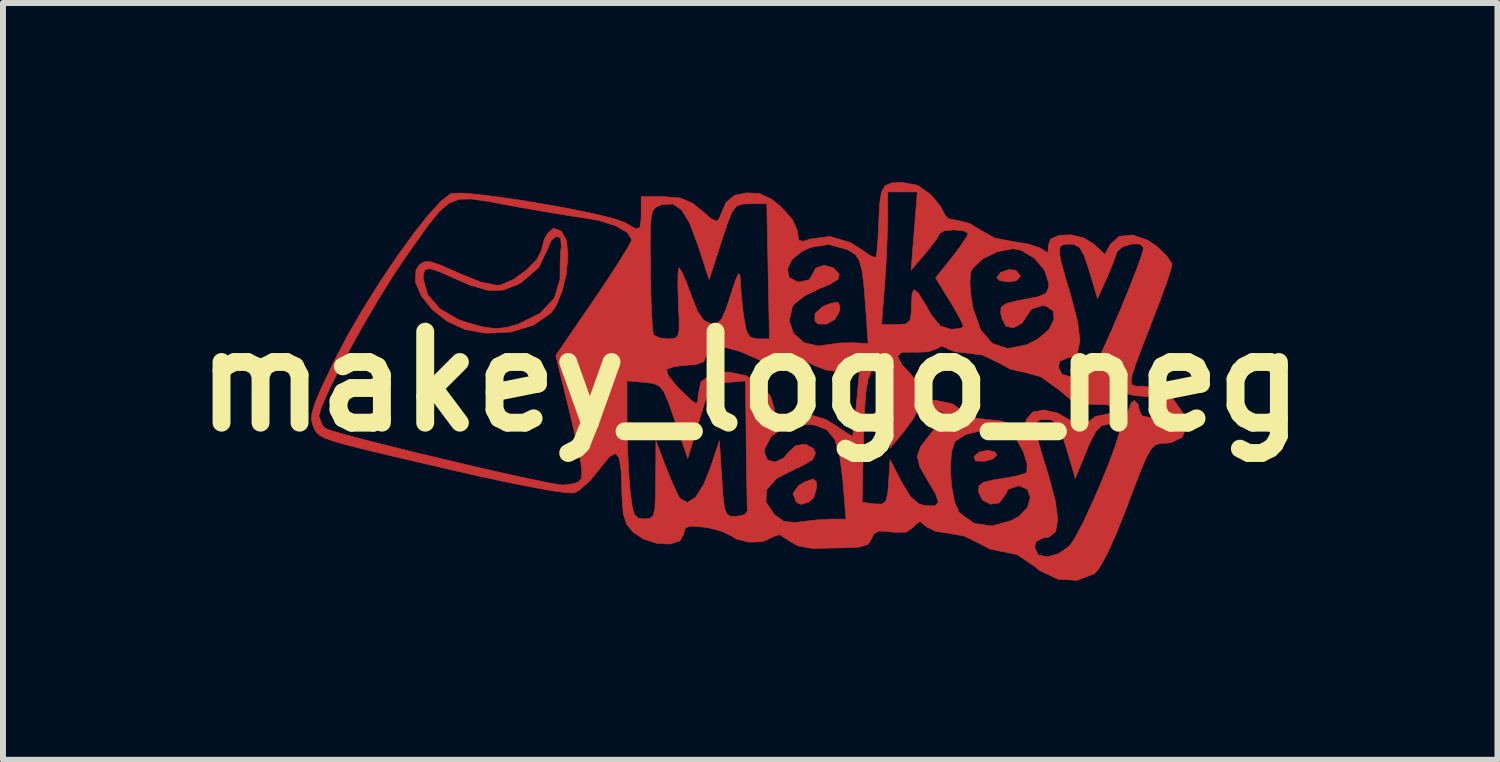
<source format=kicad_pcb>
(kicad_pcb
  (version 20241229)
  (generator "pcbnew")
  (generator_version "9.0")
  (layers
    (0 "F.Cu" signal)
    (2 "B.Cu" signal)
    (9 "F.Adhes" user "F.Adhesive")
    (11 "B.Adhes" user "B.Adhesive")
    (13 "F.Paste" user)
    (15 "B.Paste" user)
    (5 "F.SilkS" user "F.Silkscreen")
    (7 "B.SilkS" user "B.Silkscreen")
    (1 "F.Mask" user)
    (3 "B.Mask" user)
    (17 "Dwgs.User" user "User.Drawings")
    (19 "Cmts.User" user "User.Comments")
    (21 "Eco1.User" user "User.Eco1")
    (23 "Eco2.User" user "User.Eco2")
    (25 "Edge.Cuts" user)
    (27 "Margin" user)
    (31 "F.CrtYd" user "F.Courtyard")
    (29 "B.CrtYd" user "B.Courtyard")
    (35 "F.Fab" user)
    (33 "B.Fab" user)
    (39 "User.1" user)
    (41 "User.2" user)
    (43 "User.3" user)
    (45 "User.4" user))
  (footprint "makey_logo_neg"
    (layer "F.Cu")
    (at 9.514 3.339)
    (property "Reference" "makey_logo_neg" (at 0 0 0) (layer "F.SilkS") (effects (font (size 1.524 1.524) (thickness 0.3))))
    (attr through_hole)
    (fp_poly (pts (xy 4.096 1.178) (xy 4.13 1.23) (xy 4.064 1.297) (xy 3.923 1.336) (xy 3.77 1.33) (xy 3.748 1.256) (xy 3.834 1.18) (xy 3.975 1.152) (xy 4.096 1.178)) (stroke (width 0.01) (type solid)) (fill yes) (layer "F.Cu"))
    (fp_poly (pts (xy 4.452 -1.861) (xy 4.526 -1.767) (xy 4.463 -1.691) (xy 4.326 -1.667) (xy 4.177 -1.691) (xy 4.128 -1.738) (xy 4.193 -1.825) (xy 4.331 -1.876) (xy 4.452 -1.861)) (stroke (width 0.01) (type solid)) (fill yes) (layer "F.Cu"))
    (fp_poly (pts (xy 1.502 -1.251) (xy 1.495 -1.178) (xy 1.419 -1.041) (xy 1.279 -0.961) (xy 1.139 -0.963) (xy 1.084 -1.011) (xy 1.084 -1.138) (xy 1.214 -1.255) (xy 1.336 -1.306) (xy 1.47 -1.329) (xy 1.502 -1.251)) (stroke (width 0.01) (type solid)) (fill yes) (layer "F.Cu"))
    (fp_poly (pts (xy 1.106 1.68) (xy 1.111 1.779) (xy 1.064 1.944) (xy 0.986 2.016) (xy 0.861 2.058) (xy 0.801 2.042) (xy 0.767 2.011) (xy 0.716 1.875) (xy 0.81 1.742) (xy 0.913 1.681) (xy 1.055 1.631) (xy 1.106 1.68)) (stroke (width 0.01) (type solid)) (fill yes) (layer "F.Cu"))
    (fp_poly (pts (xy -3.175 -2.523) (xy -3.157 -2.509) (xy -3.077 -2.362) (xy -3.053 -2.116) (xy -3.078 -1.82) (xy -3.147 -1.52) (xy -3.252 -1.266) (xy -3.333 -1.151) (xy -3.626 -0.945) (xy -4.009 -0.828) (xy -4.434 -0.809) (xy -4.779 -0.872) (xy -5.073 -1.007) (xy -5.323 -1.203) (xy -5.508 -1.432) (xy -5.606 -1.664) (xy -5.604 -1.717) (xy -5.477 -1.717) (xy -5.402 -1.455) (xy -5.198 -1.219) (xy -4.891 -1.039) (xy -4.777 -0.999) (xy -4.48 -0.915) (xy -4.267 -0.885) (xy -4.077 -0.906) (xy -3.881 -0.963) (xy -3.515 -1.146) (xy -3.28 -1.398) (xy -3.186 -1.711) (xy -3.185 -1.781) (xy -3.183 -2.027) (xy -3.169 -2.225) (xy -3.164 -2.254) (xy -3.174 -2.399) (xy -3.247 -2.433) (xy -3.337 -2.359) (xy -3.381 -2.248) (xy -3.538 -1.914) (xy -3.833 -1.659) (xy -3.905 -1.619) (xy -4.146 -1.53) (xy -4.392 -1.526) (xy -4.69 -1.613) (xy -4.909 -1.707) (xy -5.192 -1.834) (xy -5.361 -1.889) (xy -5.446 -1.873) (xy -5.475 -1.788) (xy -5.477 -1.717) (xy -5.604 -1.717) (xy -5.598 -1.867) (xy -5.54 -1.955) (xy -5.462 -2.006) (xy -5.354 -2.006) (xy -5.177 -1.946) (xy -4.896 -1.821) (xy -4.894 -1.82) (xy -4.512 -1.665) (xy -4.246 -1.611) (xy -4.172 -1.619) (xy -3.964 -1.711) (xy -3.75 -1.865) (xy -3.578 -2.039) (xy -3.495 -2.193) (xy -3.493 -2.214) (xy -3.446 -2.391) (xy -3.393 -2.481) (xy -3.293 -2.568) (xy -3.175 -2.523)) (stroke (width 0.01) (type solid)) (fill yes) (layer "F.Cu"))
    (fp_poly (pts (xy 2.803 -3.287) (xy 3.028 -3.125) (xy 3.041 -3.111) (xy 3.179 -2.944) (xy 3.251 -2.813) (xy 3.254 -2.794) (xy 3.323 -2.724) (xy 3.468 -2.699) (xy 3.683 -2.645) (xy 3.854 -2.536) (xy 4.089 -2.405) (xy 4.4 -2.343) (xy 4.65 -2.304) (xy 4.845 -2.241) (xy 4.894 -2.212) (xy 4.984 -2.157) (xy 4.993 -2.235) (xy 4.988 -2.266) (xy 5.03 -2.386) (xy 5.175 -2.449) (xy 5.377 -2.456) (xy 5.589 -2.404) (xy 5.757 -2.3) (xy 5.94 -2.128) (xy 6.029 -2.294) (xy 6.18 -2.431) (xy 6.404 -2.454) (xy 6.66 -2.365) (xy 6.82 -2.255) (xy 6.975 -2.103) (xy 7.059 -1.98) (xy 7.064 -1.957) (xy 7.037 -1.85) (xy 6.963 -1.628) (xy 6.853 -1.328) (xy 6.74 -1.032) (xy 6.573 -0.603) (xy 6.459 -0.302) (xy 6.395 -0.104) (xy 6.378 0.01) (xy 6.405 0.064) (xy 6.474 0.08) (xy 6.582 0.079) (xy 6.604 0.079) (xy 6.873 0.136) (xy 7.089 0.302) (xy 7.259 0.544) (xy 7.305 0.765) (xy 7.234 0.935) (xy 7.049 1.025) (xy 6.957 1.033) (xy 6.856 1.038) (xy 6.776 1.068) (xy 6.704 1.145) (xy 6.624 1.293) (xy 6.523 1.534) (xy 6.386 1.892) (xy 6.321 2.067) (xy 6.136 2.534) (xy 5.974 2.894) (xy 5.842 3.13) (xy 5.767 3.217) (xy 5.477 3.33) (xy 5.155 3.311) (xy 4.848 3.167) (xy 4.763 3.096) (xy 4.469 2.899) (xy 4.258 2.856) (xy 4.01 2.804) (xy 3.961 2.778) (xy 4.763 2.778) (xy 4.821 2.902) (xy 4.967 2.937) (xy 5.161 2.884) (xy 5.344 2.758) (xy 5.433 2.63) (xy 5.56 2.391) (xy 5.707 2.079) (xy 5.859 1.732) (xy 5.999 1.389) (xy 6.111 1.087) (xy 6.179 0.866) (xy 6.191 0.787) (xy 6.124 0.731) (xy 6.002 0.714) (xy 5.883 0.741) (xy 5.785 0.841) (xy 5.679 1.048) (xy 5.629 1.168) (xy 5.444 1.622) (xy 5.299 1.129) (xy 5.212 0.858) (xy 5.137 0.709) (xy 5.051 0.646) (xy 4.958 0.635) (xy 4.853 0.643) (xy 4.793 0.682) (xy 4.78 0.779) (xy 4.813 0.958) (xy 4.893 1.243) (xy 4.988 1.551) (xy 5.109 1.996) (xy 5.151 2.313) (xy 5.114 2.514) (xy 4.996 2.609) (xy 4.909 2.619) (xy 4.786 2.681) (xy 4.763 2.778) (xy 3.961 2.778) (xy 3.81 2.699) (xy 3.58 2.586) (xy 3.324 2.542) (xy 3.104 2.509) (xy 2.948 2.432) (xy 2.936 2.42) (xy 2.846 2.343) (xy 2.765 2.399) (xy 2.74 2.432) (xy 2.617 2.522) (xy 2.411 2.526) (xy 2.361 2.519) (xy 2.165 2.503) (xy 2.07 2.551) (xy 2.039 2.625) (xy 1.975 2.726) (xy 1.826 2.773) (xy 1.655 2.783) (xy 1.367 2.789) (xy 1.098 2.796) (xy 1.054 2.798) (xy 0.801 2.754) (xy 0.635 2.659) (xy 0.494 2.565) (xy 0.392 2.594) (xy 0.379 2.605) (xy 0.21 2.682) (xy -0.023 2.691) (xy -0.24 2.635) (xy -0.311 2.59) (xy -0.467 2.512) (xy -0.701 2.45) (xy -0.774 2.439) (xy -0.987 2.421) (xy -1.085 2.449) (xy -1.111 2.534) (xy -1.111 2.548) (xy -1.176 2.668) (xy -1.34 2.722) (xy -1.558 2.712) (xy -1.787 2.639) (xy -1.965 2.521) (xy -2.07 2.39) (xy -2.126 2.217) (xy -2.147 1.95) (xy -2.149 1.871) (xy -2.161 1.502) (xy -2.194 1.283) (xy -2.256 1.204) (xy -2.354 1.256) (xy -2.496 1.431) (xy -2.519 1.463) (xy -2.694 1.673) (xy -2.868 1.824) (xy -2.955 1.867) (xy -3.083 1.863) (xy -3.341 1.826) (xy -3.703 1.76) (xy -4.145 1.671) (xy -4.642 1.563) (xy -4.883 1.508) (xy -5.545 1.354) (xy -6.068 1.232) (xy -6.471 1.135) (xy -6.771 1.059) (xy -6.982 0.998) (xy -7.124 0.947) (xy -7.212 0.901) (xy -7.263 0.855) (xy -7.295 0.803) (xy -7.318 0.751) (xy -7.348 0.652) (xy -7.343 0.579) (xy -7.223 0.579) (xy -7.167 0.727) (xy -7.116 0.784) (xy -7.016 0.823) (xy -6.787 0.889) (xy -6.455 0.977) (xy -6.046 1.081) (xy -5.585 1.195) (xy -5.1 1.311) (xy -4.615 1.425) (xy -4.157 1.53) (xy -3.752 1.619) (xy -3.425 1.687) (xy -3.203 1.727) (xy -3.135 1.735) (xy -2.947 1.709) (xy -2.868 1.675) (xy -2.828 1.622) (xy -2.819 1.513) (xy -2.842 1.326) (xy -2.901 1.036) (xy -2.999 0.618) (xy -3.008 0.585) (xy -3.152 -0.01) (xy -2.064 -0.01) (xy -2.064 0.658) (xy -2.057 1.05) (xy -2.04 1.455) (xy -2.015 1.791) (xy -2.013 1.814) (xy -1.979 2.083) (xy -1.938 2.23) (xy -1.871 2.291) (xy -1.775 2.302) (xy -1.683 2.294) (xy -1.627 2.249) (xy -1.598 2.134) (xy -1.586 1.919) (xy -1.583 1.647) (xy -1.579 0.992) (xy -1.414 1.429) (xy -1.311 1.683) (xy -1.219 1.883) (xy -1.172 1.963) (xy -1.052 2.024) (xy -0.917 1.941) (xy -0.778 1.722) (xy -0.671 1.455) (xy -0.516 0.992) (xy -0.476 1.627) (xy -0.454 1.942) (xy -0.428 2.131) (xy -0.385 2.226) (xy -0.315 2.259) (xy -0.238 2.262) (xy -0.091 2.228) (xy -0.048 2.163) (xy -0.051 2.05) (xy -0.056 1.811) (xy -0.062 1.48) (xy -0.065 1.191) (xy 0.238 1.191) (xy 0.292 1.317) (xy 0.417 1.348) (xy 0.56 1.283) (xy 0.638 1.186) (xy 0.764 1.072) (xy 0.925 1.05) (xy 1.057 1.12) (xy 1.094 1.198) (xy 1.045 1.31) (xy 0.85 1.425) (xy 0.757 1.463) (xy 0.44 1.626) (xy 0.275 1.812) (xy 0.263 2.017) (xy 0.405 2.23) (xy 0.564 2.343) (xy 0.761 2.362) (xy 0.861 2.348) (xy 1.127 2.316) (xy 1.37 2.303) (xy 1.378 2.303) (xy 1.604 2.306) (xy 1.581 2.024) (xy 1.874 2.024) (xy 2.083 2.049) (xy 2.21 2.052) (xy 2.276 1.996) (xy 2.306 1.844) (xy 2.317 1.692) (xy 2.342 1.31) (xy 2.534 1.683) (xy 2.684 1.928) (xy 2.828 2.051) (xy 2.931 2.08) (xy 3.093 2.082) (xy 3.15 2.023) (xy 3.103 1.881) (xy 2.981 1.674) (xy 2.847 1.442) (xy 3.352 1.442) (xy 3.37 1.738) (xy 3.42 2.008) (xy 3.498 2.19) (xy 3.502 2.195) (xy 3.746 2.375) (xy 4.046 2.42) (xy 4.376 2.328) (xy 4.505 2.255) (xy 4.645 2.107) (xy 4.69 1.94) (xy 4.64 1.804) (xy 4.496 1.746) (xy 4.494 1.746) (xy 4.319 1.806) (xy 4.262 1.911) (xy 4.169 2.034) (xy 4.023 2.055) (xy 3.887 1.983) (xy 3.825 1.854) (xy 3.83 1.75) (xy 3.907 1.687) (xy 4.091 1.644) (xy 4.202 1.628) (xy 4.436 1.587) (xy 4.594 1.543) (xy 4.632 1.521) (xy 4.637 1.376) (xy 4.573 1.174) (xy 4.467 0.981) (xy 4.352 0.866) (xy 4.135 0.812) (xy 3.864 0.823) (xy 3.608 0.888) (xy 3.435 0.999) (xy 3.429 1.007) (xy 3.371 1.178) (xy 3.352 1.442) (xy 2.847 1.442) (xy 2.84 1.429) (xy 2.797 1.254) (xy 2.853 1.091) (xy 3.013 0.884) (xy 3.019 0.876) (xy 3.161 0.698) (xy 3.244 0.568) (xy 3.254 0.539) (xy 3.188 0.495) (xy 3.039 0.478) (xy 2.879 0.486) (xy 2.782 0.522) (xy 2.776 0.536) (xy 2.728 0.629) (xy 2.611 0.79) (xy 2.558 0.856) (xy 2.342 1.116) (xy 2.37 0.439) (xy 2.382 0.112) (xy 2.379 -0.088) (xy 2.354 -0.192) (xy 2.299 -0.232) (xy 2.206 -0.238) (xy 2.2 -0.238) (xy 2.099 -0.223) (xy 2.025 -0.162) (xy 1.972 -0.034) (xy 1.936 0.181) (xy 1.913 0.506) (xy 1.897 0.96) (xy 1.893 1.151) (xy 1.874 2.024) (xy 1.581 2.024) (xy 1.55 1.649) (xy 1.499 1.242) (xy 1.415 0.968) (xy 1.28 0.805) (xy 1.076 0.729) (xy 0.864 0.714) (xy 0.573 0.769) (xy 0.354 0.915) (xy 0.244 1.123) (xy 0.238 1.191) (xy -0.065 1.191) (xy -0.067 1.09) (xy -0.067 1.027) (xy -0.079 -0.01) (xy -0.375 0.015) (xy -0.521 0.032) (xy -0.619 0.075) (xy -0.693 0.176) (xy -0.766 0.366) (xy -0.858 0.664) (xy -1.046 1.288) (xy -1.259 0.664) (xy -1.366 0.358) (xy -1.446 0.172) (xy -1.525 0.074) (xy -1.627 0.031) (xy -1.768 0.015) (xy -2.064 -0.01) (xy -3.152 -0.01) (xy -3.196 -0.19) (xy -1.405 -0.19) (xy -1.368 -0.094) (xy -1.244 0.062) (xy -1.152 0.158) (xy -0.986 0.315) (xy -0.904 0.37) (xy -0.876 0.329) (xy -0.873 0.23) (xy -0.825 0.008) (xy -0.669 -0.117) (xy -0.389 -0.159) (xy -0.365 -0.159) (xy -0.083 -0.102) (xy 0.167 0.044) (xy 0.341 0.246) (xy 0.397 0.44) (xy 0.412 0.542) (xy 0.484 0.586) (xy 0.654 0.587) (xy 0.774 0.577) (xy 1.054 0.572) (xy 1.27 0.637) (xy 1.429 0.735) (xy 1.6 0.851) (xy 1.703 0.915) (xy 1.716 0.92) (xy 1.727 0.844) (xy 1.749 0.651) (xy 1.777 0.383) (xy 1.777 0.377) (xy 1.83 -0.159) (xy 1.528 -0.159) (xy 1.281 -0.19) (xy 1.076 -0.265) (xy 1.058 -0.277) (xy 0.89 -0.351) (xy 0.693 -0.325) (xy 0.646 -0.31) (xy 0.454 -0.268) (xy 0.27 -0.305) (xy 0.102 -0.385) (xy 0.025 -0.418) (xy 2.468 -0.418) (xy 2.545 -0.277) (xy 2.659 -0.159) (xy 2.796 0.01) (xy 2.857 0.165) (xy 2.857 0.173) (xy 2.897 0.276) (xy 3.04 0.315) (xy 3.123 0.318) (xy 3.392 0.376) (xy 3.532 0.476) (xy 3.753 0.608) (xy 3.961 0.636) (xy 4.187 0.658) (xy 4.355 0.708) (xy 4.366 0.714) (xy 4.514 0.785) (xy 4.593 0.733) (xy 4.627 0.635) (xy 4.729 0.512) (xy 4.918 0.477) (xy 5.15 0.529) (xy 5.356 0.648) (xy 5.507 0.756) (xy 5.589 0.765) (xy 5.649 0.688) (xy 5.779 0.586) (xy 5.924 0.556) (xy 6.071 0.524) (xy 6.09 0.456) (xy 5.988 0.391) (xy 5.763 0.381) (xy 5.755 0.382) (xy 5.542 0.377) (xy 5.365 0.302) (xy 5.23 0.189) (xy 6.198 0.189) (xy 6.217 0.271) (xy 6.27 0.466) (xy 6.281 0.542) (xy 6.3 0.587) (xy 6.327 0.496) (xy 6.381 0.357) (xy 6.435 0.318) (xy 6.497 0.383) (xy 6.509 0.463) (xy 6.563 0.575) (xy 6.686 0.601) (xy 6.815 0.55) (xy 6.889 0.426) (xy 6.89 0.424) (xy 6.879 0.315) (xy 6.778 0.266) (xy 6.628 0.253) (xy 6.412 0.232) (xy 6.263 0.193) (xy 6.253 0.188) (xy 6.198 0.189) (xy 5.23 0.189) (xy 5.168 0.137) (xy 4.867 -0.079) (xy 4.614 -0.148) (xy 4.36 -0.207) (xy 4.3 -0.238) (xy 5.159 -0.238) (xy 5.222 -0.121) (xy 5.372 -0.076) (xy 5.559 -0.105) (xy 5.728 -0.209) (xy 5.741 -0.223) (xy 5.809 -0.338) (xy 5.918 -0.563) (xy 6.053 -0.862) (xy 6.198 -1.201) (xy 6.339 -1.543) (xy 6.461 -1.853) (xy 6.549 -2.095) (xy 6.587 -2.233) (xy 6.588 -2.242) (xy 6.528 -2.302) (xy 6.391 -2.304) (xy 6.241 -2.259) (xy 6.146 -2.179) (xy 6.14 -2.163) (xy 6.085 -2.005) (xy 5.993 -1.781) (xy 5.96 -1.707) (xy 5.816 -1.389) (xy 5.681 -1.845) (xy 5.595 -2.104) (xy 5.518 -2.242) (xy 5.423 -2.296) (xy 5.352 -2.302) (xy 5.247 -2.295) (xy 5.188 -2.258) (xy 5.175 -2.164) (xy 5.209 -1.988) (xy 5.289 -1.703) (xy 5.365 -1.453) (xy 5.483 -1.002) (xy 5.522 -0.68) (xy 5.481 -0.482) (xy 5.359 -0.4) (xy 5.317 -0.397) (xy 5.185 -0.34) (xy 5.159 -0.238) (xy 4.3 -0.238) (xy 4.147 -0.32) (xy 3.893 -0.441) (xy 3.645 -0.476) (xy 3.437 -0.496) (xy 3.304 -0.546) (xy 3.292 -0.559) (xy 3.203 -0.595) (xy 3.129 -0.551) (xy 2.979 -0.497) (xy 2.762 -0.489) (xy 2.74 -0.491) (xy 2.532 -0.489) (xy 2.468 -0.418) (xy 0.025 -0.418) (xy -0.156 -0.497) (xy -0.409 -0.569) (xy -0.453 -0.576) (xy -0.635 -0.579) (xy -0.714 -0.511) (xy -0.731 -0.442) (xy -0.778 -0.332) (xy -0.906 -0.283) (xy -1.067 -0.273) (xy -1.271 -0.251) (xy -1.394 -0.206) (xy -1.405 -0.19) (xy -3.196 -0.19) (xy -3.256 -0.437) (xy -2.62 -1.365) (xy -2.392 -1.704) (xy -2.2 -2) (xy -2.06 -2.226) (xy -2.033 -2.276) (xy -1.676 -2.276) (xy -1.672 -1.866) (xy -1.664 -1.477) (xy -1.652 -1.145) (xy -1.637 -0.904) (xy -1.621 -0.784) (xy -1.618 -0.779) (xy -1.517 -0.73) (xy -1.376 -0.714) (xy -1.273 -0.72) (xy -1.215 -0.76) (xy -1.191 -0.867) (xy -1.192 -1.075) (xy -1.203 -1.31) (xy -1.212 -1.594) (xy -1.209 -1.804) (xy -1.194 -1.902) (xy -1.191 -1.905) (xy -1.144 -1.836) (xy -1.067 -1.658) (xy -0.991 -1.449) (xy -0.881 -1.174) (xy -0.778 -1.024) (xy -0.66 -0.968) (xy -0.659 -0.967) (xy -0.558 -0.973) (xy -0.48 -1.046) (xy -0.404 -1.218) (xy -0.329 -1.444) (xy -0.247 -1.695) (xy -0.198 -1.805) (xy -0.173 -1.786) (xy -0.166 -1.698) (xy -0.15 -1.461) (xy -0.12 -1.171) (xy -0.108 -1.083) (xy -0.067 -0.856) (xy -0.006 -0.747) (xy 0.1 -0.715) (xy 0.132 -0.714) (xy 0.322 -0.714) (xy 0.299 -1.883) (xy 0.624 -1.883) (xy 0.651 -1.745) (xy 0.783 -1.671) (xy 0.833 -1.667) (xy 0.989 -1.705) (xy 1.032 -1.777) (xy 1.096 -1.899) (xy 1.239 -1.948) (xy 1.392 -1.902) (xy 1.399 -1.897) (xy 1.491 -1.795) (xy 1.47 -1.711) (xy 1.323 -1.622) (xy 1.15 -1.552) (xy 0.918 -1.438) (xy 0.747 -1.308) (xy 0.707 -1.256) (xy 0.652 -1.017) (xy 0.726 -0.804) (xy 0.898 -0.652) (xy 1.138 -0.595) (xy 1.27 -0.613) (xy 1.499 -0.645) (xy 1.722 -0.649) (xy 1.975 -0.636) (xy 1.953 -0.953) (xy 2.199 -0.953) (xy 2.449 -0.953) (xy 2.606 -0.963) (xy 2.678 -1.024) (xy 2.7 -1.18) (xy 2.701 -1.29) (xy 2.711 -1.474) (xy 2.744 -1.539) (xy 2.815 -1.48) (xy 2.935 -1.29) (xy 3.032 -1.117) (xy 3.186 -0.928) (xy 3.37 -0.873) (xy 3.521 -0.89) (xy 3.572 -0.924) (xy 3.533 -1.014) (xy 3.434 -1.194) (xy 3.338 -1.355) (xy 3.15 -1.66) (xy 3.678 -1.66) (xy 3.7 -1.408) (xy 3.731 -1.23) (xy 3.859 -0.863) (xy 4.057 -0.636) (xy 4.316 -0.552) (xy 4.631 -0.616) (xy 4.822 -0.714) (xy 5.003 -0.871) (xy 5.088 -1.04) (xy 5.072 -1.184) (xy 4.951 -1.264) (xy 4.887 -1.27) (xy 4.707 -1.211) (xy 4.646 -1.119) (xy 4.549 -0.975) (xy 4.408 -0.9) (xy 4.284 -0.925) (xy 4.28 -0.93) (xy 4.217 -1.055) (xy 4.194 -1.148) (xy 4.201 -1.244) (xy 4.287 -1.307) (xy 4.486 -1.356) (xy 4.584 -1.373) (xy 4.828 -1.421) (xy 4.953 -1.478) (xy 4.997 -1.568) (xy 5.001 -1.637) (xy 4.932 -1.859) (xy 4.761 -2.063) (xy 4.539 -2.197) (xy 4.405 -2.223) (xy 4.142 -2.175) (xy 3.896 -2.055) (xy 3.725 -1.895) (xy 3.691 -1.826) (xy 3.678 -1.66) (xy 3.15 -1.66) (xy 3.104 -1.735) (xy 3.377 -2.078) (xy 3.528 -2.277) (xy 3.627 -2.428) (xy 3.65 -2.48) (xy 3.582 -2.522) (xy 3.416 -2.54) (xy 3.413 -2.54) (xy 3.245 -2.523) (xy 3.173 -2.481) (xy 3.173 -2.48) (xy 3.124 -2.389) (xy 3.003 -2.228) (xy 2.932 -2.143) (xy 2.694 -1.865) (xy 2.746 -2.52) (xy 2.799 -3.175) (xy 2.55 -3.175) (xy 2.302 -3.175) (xy 2.301 -2.719) (xy 2.294 -2.408) (xy 2.277 -2.02) (xy 2.252 -1.634) (xy 2.25 -1.607) (xy 2.199 -0.953) (xy 1.953 -0.953) (xy 1.935 -1.211) (xy 1.905 -1.6) (xy 1.872 -1.862) (xy 1.826 -2.027) (xy 1.759 -2.127) (xy 1.66 -2.192) (xy 1.625 -2.209) (xy 1.316 -2.295) (xy 1.017 -2.247) (xy 0.869 -2.181) (xy 0.698 -2.043) (xy 0.624 -1.883) (xy 0.299 -1.883) (xy 0.278 -2.977) (xy 0.000115 -2.977) (xy -0.137 -2.971) (xy -0.23 -2.936) (xy -0.304 -2.84) (xy -0.38 -2.653) (xy -0.482 -2.346) (xy -0.483 -2.342) (xy -0.688 -1.707) (xy -0.878 -2.289) (xy -1.015 -2.653) (xy -1.15 -2.876) (xy -1.298 -2.974) (xy -1.476 -2.963) (xy -1.511 -2.951) (xy -1.582 -2.918) (xy -1.63 -2.86) (xy -1.659 -2.752) (xy -1.673 -2.567) (xy -1.676 -2.276) (xy -2.033 -2.276) (xy -1.99 -2.357) (xy -1.984 -2.375) (xy -2.058 -2.495) (xy -2.254 -2.608) (xy -2.539 -2.698) (xy -2.738 -2.733) (xy -2.983 -2.769) (xy -3.331 -2.826) (xy -3.732 -2.895) (xy -4.032 -2.949) (xy -4.397 -3.017) (xy -4.668 -3.057) (xy -4.872 -3.052) (xy -5.04 -2.989) (xy -5.201 -2.853) (xy -5.384 -2.629) (xy -5.618 -2.302) (xy -5.782 -2.068) (xy -5.995 -1.75) (xy -6.228 -1.374) (xy -6.467 -0.967) (xy -6.696 -0.557) (xy -6.901 -0.17) (xy -7.067 0.166) (xy -7.18 0.424) (xy -7.223 0.575) (xy -7.223 0.579) (xy -7.343 0.579) (xy -7.341 0.531) (xy -7.289 0.359) (xy -7.183 0.11) (xy -7.014 -0.246) (xy -6.967 -0.344) (xy -6.747 -0.765) (xy -6.488 -1.211) (xy -6.206 -1.66) (xy -5.918 -2.089) (xy -5.64 -2.474) (xy -5.387 -2.793) (xy -5.176 -3.023) (xy -5.022 -3.142) (xy -5.001 -3.149) (xy -4.846 -3.156) (xy -4.569 -3.134) (xy -4.206 -3.089) (xy -3.79 -3.027) (xy -3.355 -2.954) (xy -2.934 -2.875) (xy -2.562 -2.797) (xy -2.274 -2.724) (xy -2.101 -2.663) (xy -2.086 -2.655) (xy -1.924 -2.561) (xy -1.848 -2.576) (xy -1.827 -2.722) (xy -1.826 -2.818) (xy -1.826 -3.096) (xy -1.446 -3.096) (xy -1.17 -3.073) (xy -0.964 -2.985) (xy -0.808 -2.859) (xy -0.645 -2.72) (xy -0.558 -2.685) (xy -0.513 -2.741) (xy -0.507 -2.76) (xy -0.407 -2.997) (xy -0.265 -3.117) (xy -0.059 -3.159) (xy 0.16 -3.148) (xy 0.358 -3.053) (xy 0.508 -2.933) (xy 0.708 -2.712) (xy 0.793 -2.515) (xy 0.794 -2.494) (xy 0.81 -2.366) (xy 0.888 -2.348) (xy 1.006 -2.386) (xy 1.332 -2.429) (xy 1.671 -2.331) (xy 1.866 -2.208) (xy 2.014 -2.106) (xy 2.099 -2.074) (xy 2.103 -2.076) (xy 2.121 -2.165) (xy 2.138 -2.368) (xy 2.15 -2.621) (xy 2.166 -2.959) (xy 2.197 -3.169) (xy 2.259 -3.281) (xy 2.37 -3.326) (xy 2.534 -3.334) (xy 2.803 -3.287)) (stroke (width 0.01) (type solid)) (fill yes) (layer "F.Cu")))
  (gr_rect
    (start -3 -3)
    (end 22.028 9.674)
    (stroke (width 0.1) (type default))
    (fill no)
    (layer "Edge.Cuts")))
</source>
